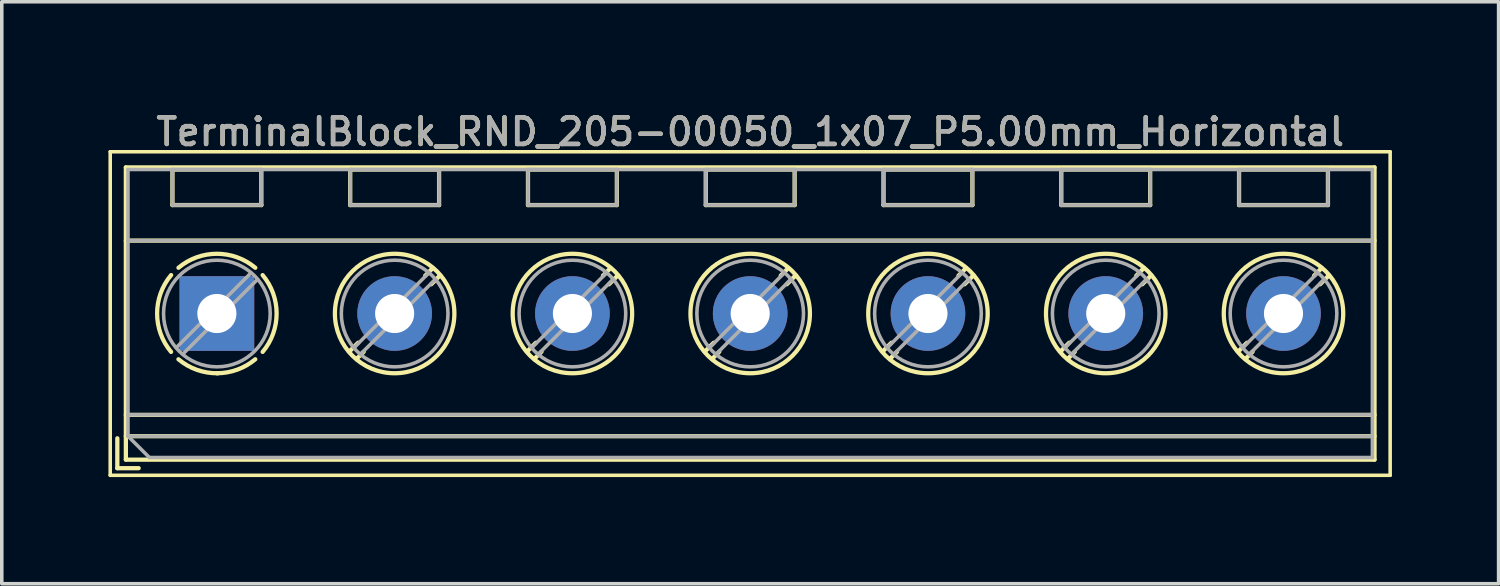
<source format=kicad_pcb>
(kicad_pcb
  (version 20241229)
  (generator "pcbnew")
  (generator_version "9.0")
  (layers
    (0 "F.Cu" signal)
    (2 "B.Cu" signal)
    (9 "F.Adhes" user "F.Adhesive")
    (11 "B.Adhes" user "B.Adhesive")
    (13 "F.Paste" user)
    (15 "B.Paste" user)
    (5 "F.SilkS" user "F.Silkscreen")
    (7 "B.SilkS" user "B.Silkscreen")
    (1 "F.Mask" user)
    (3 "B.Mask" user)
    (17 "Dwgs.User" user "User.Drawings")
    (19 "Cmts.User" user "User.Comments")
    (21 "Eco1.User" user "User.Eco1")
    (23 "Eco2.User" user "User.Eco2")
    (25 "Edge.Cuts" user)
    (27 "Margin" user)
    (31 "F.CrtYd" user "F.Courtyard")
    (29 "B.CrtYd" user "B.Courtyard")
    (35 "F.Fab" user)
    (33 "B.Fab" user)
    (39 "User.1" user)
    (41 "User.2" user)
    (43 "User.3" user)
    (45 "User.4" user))
  (footprint "TerminalBlock_RND_205-00050_1x07_P5.00mm_Horizontal"
    (layer "F.Cu")
    (at 3.05 5.768)
    (property "Reference" "TerminalBlock_RND_205-00050_1x07_P5.00mm_Horizontal" (at 15 -5.11 0) (layer "F.SilkS") (effects (font (size 0.75 0.75) (thickness 0.125))))
    (attr through_hole)
    (fp_line (start -3 -4.55) (end -3 4.55) (stroke (width 0.1) (type solid)) (layer "F.SilkS"))
    (fp_line (start -3 4.55) (end 33 4.55) (stroke (width 0.1) (type solid)) (layer "F.SilkS"))
    (fp_line (start -2.8 3.51) (end -2.8 4.35) (stroke (width 0.12) (type solid)) (layer "F.SilkS"))
    (fp_line (start -2.8 4.35) (end -2.2 4.35) (stroke (width 0.12) (type solid)) (layer "F.SilkS"))
    (fp_line (start -2.56 -4.11) (end -2.56 4.11) (stroke (width 0.12) (type solid)) (layer "F.SilkS"))
    (fp_line (start -2.56 -4.11) (end 32.56 -4.11) (stroke (width 0.12) (type solid)) (layer "F.SilkS"))
    (fp_line (start -2.56 -2.05) (end 32.56 -2.05) (stroke (width 0.12) (type solid)) (layer "F.SilkS"))
    (fp_line (start -2.56 2.85) (end 32.56 2.85) (stroke (width 0.12) (type solid)) (layer "F.SilkS"))
    (fp_line (start -2.56 3.45) (end 32.56 3.45) (stroke (width 0.12) (type solid)) (layer "F.SilkS"))
    (fp_line (start -2.56 4.11) (end 32.56 4.11) (stroke (width 0.12) (type solid)) (layer "F.SilkS"))
    (fp_line (start -1.25 -4.05) (end -1.25 -3.05) (stroke (width 0.12) (type solid)) (layer "F.SilkS"))
    (fp_line (start -1.25 -4.05) (end 1.25 -4.05) (stroke (width 0.12) (type solid)) (layer "F.SilkS"))
    (fp_line (start -1.25 -3.05) (end 1.25 -3.05) (stroke (width 0.12) (type solid)) (layer "F.SilkS"))
    (fp_line (start 1.25 -4.05) (end 1.25 -3.05) (stroke (width 0.12) (type solid)) (layer "F.SilkS"))
    (fp_line (start 3.75 -4.05) (end 3.75 -3.05) (stroke (width 0.12) (type solid)) (layer "F.SilkS"))
    (fp_line (start 3.75 -4.05) (end 6.25 -4.05) (stroke (width 0.12) (type solid)) (layer "F.SilkS"))
    (fp_line (start 3.75 -3.05) (end 6.25 -3.05) (stroke (width 0.12) (type solid)) (layer "F.SilkS"))
    (fp_line (start 3.972 0.823) (end 3.726 1.069) (stroke (width 0.12) (type solid)) (layer "F.SilkS"))
    (fp_line (start 4.13 1.075) (end 3.931 1.274) (stroke (width 0.12) (type solid)) (layer "F.SilkS"))
    (fp_line (start 6.07 -1.275) (end 5.859 -1.064) (stroke (width 0.12) (type solid)) (layer "F.SilkS"))
    (fp_line (start 6.25 -4.05) (end 6.25 -3.05) (stroke (width 0.12) (type solid)) (layer "F.SilkS"))
    (fp_line (start 6.275 -1.069) (end 6.029 -0.823) (stroke (width 0.12) (type solid)) (layer "F.SilkS"))
    (fp_line (start 8.75 -4.05) (end 8.75 -3.05) (stroke (width 0.12) (type solid)) (layer "F.SilkS"))
    (fp_line (start 8.75 -4.05) (end 11.25 -4.05) (stroke (width 0.12) (type solid)) (layer "F.SilkS"))
    (fp_line (start 8.75 -3.05) (end 11.25 -3.05) (stroke (width 0.12) (type solid)) (layer "F.SilkS"))
    (fp_line (start 8.972 0.823) (end 8.726 1.069) (stroke (width 0.12) (type solid)) (layer "F.SilkS"))
    (fp_line (start 9.13 1.075) (end 8.931 1.274) (stroke (width 0.12) (type solid)) (layer "F.SilkS"))
    (fp_line (start 11.07 -1.275) (end 10.859 -1.064) (stroke (width 0.12) (type solid)) (layer "F.SilkS"))
    (fp_line (start 11.25 -4.05) (end 11.25 -3.05) (stroke (width 0.12) (type solid)) (layer "F.SilkS"))
    (fp_line (start 11.275 -1.069) (end 11.029 -0.823) (stroke (width 0.12) (type solid)) (layer "F.SilkS"))
    (fp_line (start 13.75 -4.05) (end 13.75 -3.05) (stroke (width 0.12) (type solid)) (layer "F.SilkS"))
    (fp_line (start 13.75 -4.05) (end 16.25 -4.05) (stroke (width 0.12) (type solid)) (layer "F.SilkS"))
    (fp_line (start 13.75 -3.05) (end 16.25 -3.05) (stroke (width 0.12) (type solid)) (layer "F.SilkS"))
    (fp_line (start 13.972 0.823) (end 13.726 1.069) (stroke (width 0.12) (type solid)) (layer "F.SilkS"))
    (fp_line (start 14.13 1.075) (end 13.931 1.274) (stroke (width 0.12) (type solid)) (layer "F.SilkS"))
    (fp_line (start 16.07 -1.275) (end 15.859 -1.064) (stroke (width 0.12) (type solid)) (layer "F.SilkS"))
    (fp_line (start 16.25 -4.05) (end 16.25 -3.05) (stroke (width 0.12) (type solid)) (layer "F.SilkS"))
    (fp_line (start 16.275 -1.069) (end 16.029 -0.823) (stroke (width 0.12) (type solid)) (layer "F.SilkS"))
    (fp_line (start 18.75 -4.05) (end 18.75 -3.05) (stroke (width 0.12) (type solid)) (layer "F.SilkS"))
    (fp_line (start 18.75 -4.05) (end 21.25 -4.05) (stroke (width 0.12) (type solid)) (layer "F.SilkS"))
    (fp_line (start 18.75 -3.05) (end 21.25 -3.05) (stroke (width 0.12) (type solid)) (layer "F.SilkS"))
    (fp_line (start 18.972 0.823) (end 18.726 1.069) (stroke (width 0.12) (type solid)) (layer "F.SilkS"))
    (fp_line (start 19.13 1.075) (end 18.931 1.274) (stroke (width 0.12) (type solid)) (layer "F.SilkS"))
    (fp_line (start 21.07 -1.275) (end 20.859 -1.064) (stroke (width 0.12) (type solid)) (layer "F.SilkS"))
    (fp_line (start 21.25 -4.05) (end 21.25 -3.05) (stroke (width 0.12) (type solid)) (layer "F.SilkS"))
    (fp_line (start 21.275 -1.069) (end 21.029 -0.823) (stroke (width 0.12) (type solid)) (layer "F.SilkS"))
    (fp_line (start 23.75 -4.05) (end 23.75 -3.05) (stroke (width 0.12) (type solid)) (layer "F.SilkS"))
    (fp_line (start 23.75 -4.05) (end 26.25 -4.05) (stroke (width 0.12) (type solid)) (layer "F.SilkS"))
    (fp_line (start 23.75 -3.05) (end 26.25 -3.05) (stroke (width 0.12) (type solid)) (layer "F.SilkS"))
    (fp_line (start 23.972 0.823) (end 23.726 1.069) (stroke (width 0.12) (type solid)) (layer "F.SilkS"))
    (fp_line (start 24.13 1.075) (end 23.931 1.274) (stroke (width 0.12) (type solid)) (layer "F.SilkS"))
    (fp_line (start 26.07 -1.275) (end 25.859 -1.064) (stroke (width 0.12) (type solid)) (layer "F.SilkS"))
    (fp_line (start 26.25 -4.05) (end 26.25 -3.05) (stroke (width 0.12) (type solid)) (layer "F.SilkS"))
    (fp_line (start 26.275 -1.069) (end 26.029 -0.823) (stroke (width 0.12) (type solid)) (layer "F.SilkS"))
    (fp_line (start 28.75 -4.05) (end 28.75 -3.05) (stroke (width 0.12) (type solid)) (layer "F.SilkS"))
    (fp_line (start 28.75 -4.05) (end 31.25 -4.05) (stroke (width 0.12) (type solid)) (layer "F.SilkS"))
    (fp_line (start 28.75 -3.05) (end 31.25 -3.05) (stroke (width 0.12) (type solid)) (layer "F.SilkS"))
    (fp_line (start 28.972 0.823) (end 28.726 1.069) (stroke (width 0.12) (type solid)) (layer "F.SilkS"))
    (fp_line (start 29.13 1.075) (end 28.931 1.274) (stroke (width 0.12) (type solid)) (layer "F.SilkS"))
    (fp_line (start 31.07 -1.275) (end 30.859 -1.064) (stroke (width 0.12) (type solid)) (layer "F.SilkS"))
    (fp_line (start 31.25 -4.05) (end 31.25 -3.05) (stroke (width 0.12) (type solid)) (layer "F.SilkS"))
    (fp_line (start 31.275 -1.069) (end 31.029 -0.823) (stroke (width 0.12) (type solid)) (layer "F.SilkS"))
    (fp_line (start 32.56 -4.11) (end 32.56 4.11) (stroke (width 0.12) (type solid)) (layer "F.SilkS"))
    (fp_line (start 33 -4.55) (end -3 -4.55) (stroke (width 0.1) (type solid)) (layer "F.SilkS"))
    (fp_line (start 33 4.55) (end 33 -4.55) (stroke (width 0.1) (type solid)) (layer "F.SilkS"))
    (fp_arc (start -1.288062 1.079734) (mid -1.680752 -0.000826) (end -1.287 -1.081) (stroke (width 0.12) (type solid)) (layer "F.SilkS"))
    (fp_arc (start -1.079908 -1.287078) (mid 0.00006 -1.68011) (end 1.08 -1.287) (stroke (width 0.12) (type solid)) (layer "F.SilkS"))
    (fp_arc (start 0.028507 1.680511) (mid -0.561826 1.584071) (end -1.081 1.287) (stroke (width 0.12) (type solid)) (layer "F.SilkS"))
    (fp_arc (start 1.079883 1.286955) (mid 0.574594 1.578684) (end 0 1.68) (stroke (width 0.12) (type solid)) (layer "F.SilkS"))
    (fp_arc (start 1.287078 -1.079908) (mid 1.68011 0.00006) (end 1.287 1.08) (stroke (width 0.12) (type solid)) (layer "F.SilkS"))
    (fp_circle (center 5 0) (end 6.68 0) (stroke (width 0.12) (type solid)) (fill no) (layer "F.SilkS"))
    (fp_circle (center 10 0) (end 11.68 0) (stroke (width 0.12) (type solid)) (fill no) (layer "F.SilkS"))
    (fp_circle (center 15 0) (end 16.68 0) (stroke (width 0.12) (type solid)) (fill no) (layer "F.SilkS"))
    (fp_circle (center 20 0) (end 21.68 0) (stroke (width 0.12) (type solid)) (fill no) (layer "F.SilkS"))
    (fp_circle (center 25 0) (end 26.68 0) (stroke (width 0.12) (type solid)) (fill no) (layer "F.SilkS"))
    (fp_circle (center 30 0) (end 31.68 0) (stroke (width 0.12) (type solid)) (fill no) (layer "F.SilkS"))
    (fp_line (start -2.5 -4.05) (end 32.5 -4.05) (stroke (width 0.1) (type solid)) (layer "F.Fab"))
    (fp_line (start -2.5 -2.05) (end 32.5 -2.05) (stroke (width 0.1) (type solid)) (layer "F.Fab"))
    (fp_line (start -2.5 2.85) (end 32.5 2.85) (stroke (width 0.1) (type solid)) (layer "F.Fab"))
    (fp_line (start -2.5 3.45) (end -2.5 -4.05) (stroke (width 0.1) (type solid)) (layer "F.Fab"))
    (fp_line (start -2.5 3.45) (end 32.5 3.45) (stroke (width 0.1) (type solid)) (layer "F.Fab"))
    (fp_line (start -1.9 4.05) (end -2.5 3.45) (stroke (width 0.1) (type solid)) (layer "F.Fab"))
    (fp_line (start -1.25 -4.05) (end -1.25 -3.05) (stroke (width 0.1) (type solid)) (layer "F.Fab"))
    (fp_line (start -1.25 -3.05) (end 1.25 -3.05) (stroke (width 0.1) (type solid)) (layer "F.Fab"))
    (fp_line (start 0.955 -1.138) (end -1.138 0.955) (stroke (width 0.1) (type solid)) (layer "F.Fab"))
    (fp_line (start 1.138 -0.955) (end -0.955 1.138) (stroke (width 0.1) (type solid)) (layer "F.Fab"))
    (fp_line (start 1.25 -4.05) (end -1.25 -4.05) (stroke (width 0.1) (type solid)) (layer "F.Fab"))
    (fp_line (start 1.25 -3.05) (end 1.25 -4.05) (stroke (width 0.1) (type solid)) (layer "F.Fab"))
    (fp_line (start 3.75 -4.05) (end 3.75 -3.05) (stroke (width 0.1) (type solid)) (layer "F.Fab"))
    (fp_line (start 3.75 -3.05) (end 6.25 -3.05) (stroke (width 0.1) (type solid)) (layer "F.Fab"))
    (fp_line (start 5.955 -1.138) (end 3.863 0.955) (stroke (width 0.1) (type solid)) (layer "F.Fab"))
    (fp_line (start 6.138 -0.955) (end 4.046 1.138) (stroke (width 0.1) (type solid)) (layer "F.Fab"))
    (fp_line (start 6.25 -4.05) (end 3.75 -4.05) (stroke (width 0.1) (type solid)) (layer "F.Fab"))
    (fp_line (start 6.25 -3.05) (end 6.25 -4.05) (stroke (width 0.1) (type solid)) (layer "F.Fab"))
    (fp_line (start 8.75 -4.05) (end 8.75 -3.05) (stroke (width 0.1) (type solid)) (layer "F.Fab"))
    (fp_line (start 8.75 -3.05) (end 11.25 -3.05) (stroke (width 0.1) (type solid)) (layer "F.Fab"))
    (fp_line (start 10.955 -1.138) (end 8.863 0.955) (stroke (width 0.1) (type solid)) (layer "F.Fab"))
    (fp_line (start 11.138 -0.955) (end 9.046 1.138) (stroke (width 0.1) (type solid)) (layer "F.Fab"))
    (fp_line (start 11.25 -4.05) (end 8.75 -4.05) (stroke (width 0.1) (type solid)) (layer "F.Fab"))
    (fp_line (start 11.25 -3.05) (end 11.25 -4.05) (stroke (width 0.1) (type solid)) (layer "F.Fab"))
    (fp_line (start 13.75 -4.05) (end 13.75 -3.05) (stroke (width 0.1) (type solid)) (layer "F.Fab"))
    (fp_line (start 13.75 -3.05) (end 16.25 -3.05) (stroke (width 0.1) (type solid)) (layer "F.Fab"))
    (fp_line (start 15.955 -1.138) (end 13.863 0.955) (stroke (width 0.1) (type solid)) (layer "F.Fab"))
    (fp_line (start 16.138 -0.955) (end 14.046 1.138) (stroke (width 0.1) (type solid)) (layer "F.Fab"))
    (fp_line (start 16.25 -4.05) (end 13.75 -4.05) (stroke (width 0.1) (type solid)) (layer "F.Fab"))
    (fp_line (start 16.25 -3.05) (end 16.25 -4.05) (stroke (width 0.1) (type solid)) (layer "F.Fab"))
    (fp_line (start 18.75 -4.05) (end 18.75 -3.05) (stroke (width 0.1) (type solid)) (layer "F.Fab"))
    (fp_line (start 18.75 -3.05) (end 21.25 -3.05) (stroke (width 0.1) (type solid)) (layer "F.Fab"))
    (fp_line (start 20.955 -1.138) (end 18.863 0.955) (stroke (width 0.1) (type solid)) (layer "F.Fab"))
    (fp_line (start 21.138 -0.955) (end 19.046 1.138) (stroke (width 0.1) (type solid)) (layer "F.Fab"))
    (fp_line (start 21.25 -4.05) (end 18.75 -4.05) (stroke (width 0.1) (type solid)) (layer "F.Fab"))
    (fp_line (start 21.25 -3.05) (end 21.25 -4.05) (stroke (width 0.1) (type solid)) (layer "F.Fab"))
    (fp_line (start 23.75 -4.05) (end 23.75 -3.05) (stroke (width 0.1) (type solid)) (layer "F.Fab"))
    (fp_line (start 23.75 -3.05) (end 26.25 -3.05) (stroke (width 0.1) (type solid)) (layer "F.Fab"))
    (fp_line (start 25.955 -1.138) (end 23.863 0.955) (stroke (width 0.1) (type solid)) (layer "F.Fab"))
    (fp_line (start 26.138 -0.955) (end 24.046 1.138) (stroke (width 0.1) (type solid)) (layer "F.Fab"))
    (fp_line (start 26.25 -4.05) (end 23.75 -4.05) (stroke (width 0.1) (type solid)) (layer "F.Fab"))
    (fp_line (start 26.25 -3.05) (end 26.25 -4.05) (stroke (width 0.1) (type solid)) (layer "F.Fab"))
    (fp_line (start 28.75 -4.05) (end 28.75 -3.05) (stroke (width 0.1) (type solid)) (layer "F.Fab"))
    (fp_line (start 28.75 -3.05) (end 31.25 -3.05) (stroke (width 0.1) (type solid)) (layer "F.Fab"))
    (fp_line (start 30.955 -1.138) (end 28.863 0.955) (stroke (width 0.1) (type solid)) (layer "F.Fab"))
    (fp_line (start 31.138 -0.955) (end 29.046 1.138) (stroke (width 0.1) (type solid)) (layer "F.Fab"))
    (fp_line (start 31.25 -4.05) (end 28.75 -4.05) (stroke (width 0.1) (type solid)) (layer "F.Fab"))
    (fp_line (start 31.25 -3.05) (end 31.25 -4.05) (stroke (width 0.1) (type solid)) (layer "F.Fab"))
    (fp_line (start 32.5 -4.05) (end 32.5 4.05) (stroke (width 0.1) (type solid)) (layer "F.Fab"))
    (fp_line (start 32.5 4.05) (end -1.9 4.05) (stroke (width 0.1) (type solid)) (layer "F.Fab"))
    (fp_circle (center 0 0) (end 1.5 0) (stroke (width 0.1) (type solid)) (fill no) (layer "F.Fab"))
    (fp_circle (center 5 0) (end 6.5 0) (stroke (width 0.1) (type solid)) (fill no) (layer "F.Fab"))
    (fp_circle (center 10 0) (end 11.5 0) (stroke (width 0.1) (type solid)) (fill no) (layer "F.Fab"))
    (fp_circle (center 15 0) (end 16.5 0) (stroke (width 0.1) (type solid)) (fill no) (layer "F.Fab"))
    (fp_circle (center 20 0) (end 21.5 0) (stroke (width 0.1) (type solid)) (fill no) (layer "F.Fab"))
    (fp_circle (center 25 0) (end 26.5 0) (stroke (width 0.1) (type solid)) (fill no) (layer "F.Fab"))
    (fp_circle (center 30 0) (end 31.5 0) (stroke (width 0.1) (type solid)) (fill no) (layer "F.Fab"))
    (fp_text user "${REFERENCE}" (at 15 -5.11 0) (layer "F.Fab") (effects (font (size 0.75 0.75) (thickness 0.125))))
    (pad "1" thru_hole rect (at 0 0) (size 2.1 2.1) (drill 1.1) (layers "*.Cu" "*.Mask"))
    (pad "2" thru_hole circle (at 5 0) (size 2.1 2.1) (drill 1.1) (layers "*.Cu" "*.Mask"))
    (pad "3" thru_hole circle (at 10 0) (size 2.1 2.1) (drill 1.1) (layers "*.Cu" "*.Mask"))
    (pad "4" thru_hole circle (at 15 0) (size 2.1 2.1) (drill 1.1) (layers "*.Cu" "*.Mask"))
    (pad "5" thru_hole circle (at 20 0) (size 2.1 2.1) (drill 1.1) (layers "*.Cu" "*.Mask"))
    (pad "6" thru_hole circle (at 25 0) (size 2.1 2.1) (drill 1.1) (layers "*.Cu" "*.Mask"))
    (pad "7" thru_hole circle (at 30 0) (size 2.1 2.1) (drill 1.1) (layers "*.Cu" "*.Mask")))
  (gr_rect
    (start -3 -3)
    (end 39.1 13.368)
    (stroke (width 0.1) (type default))
    (fill no)
    (layer "Edge.Cuts")))
</source>
